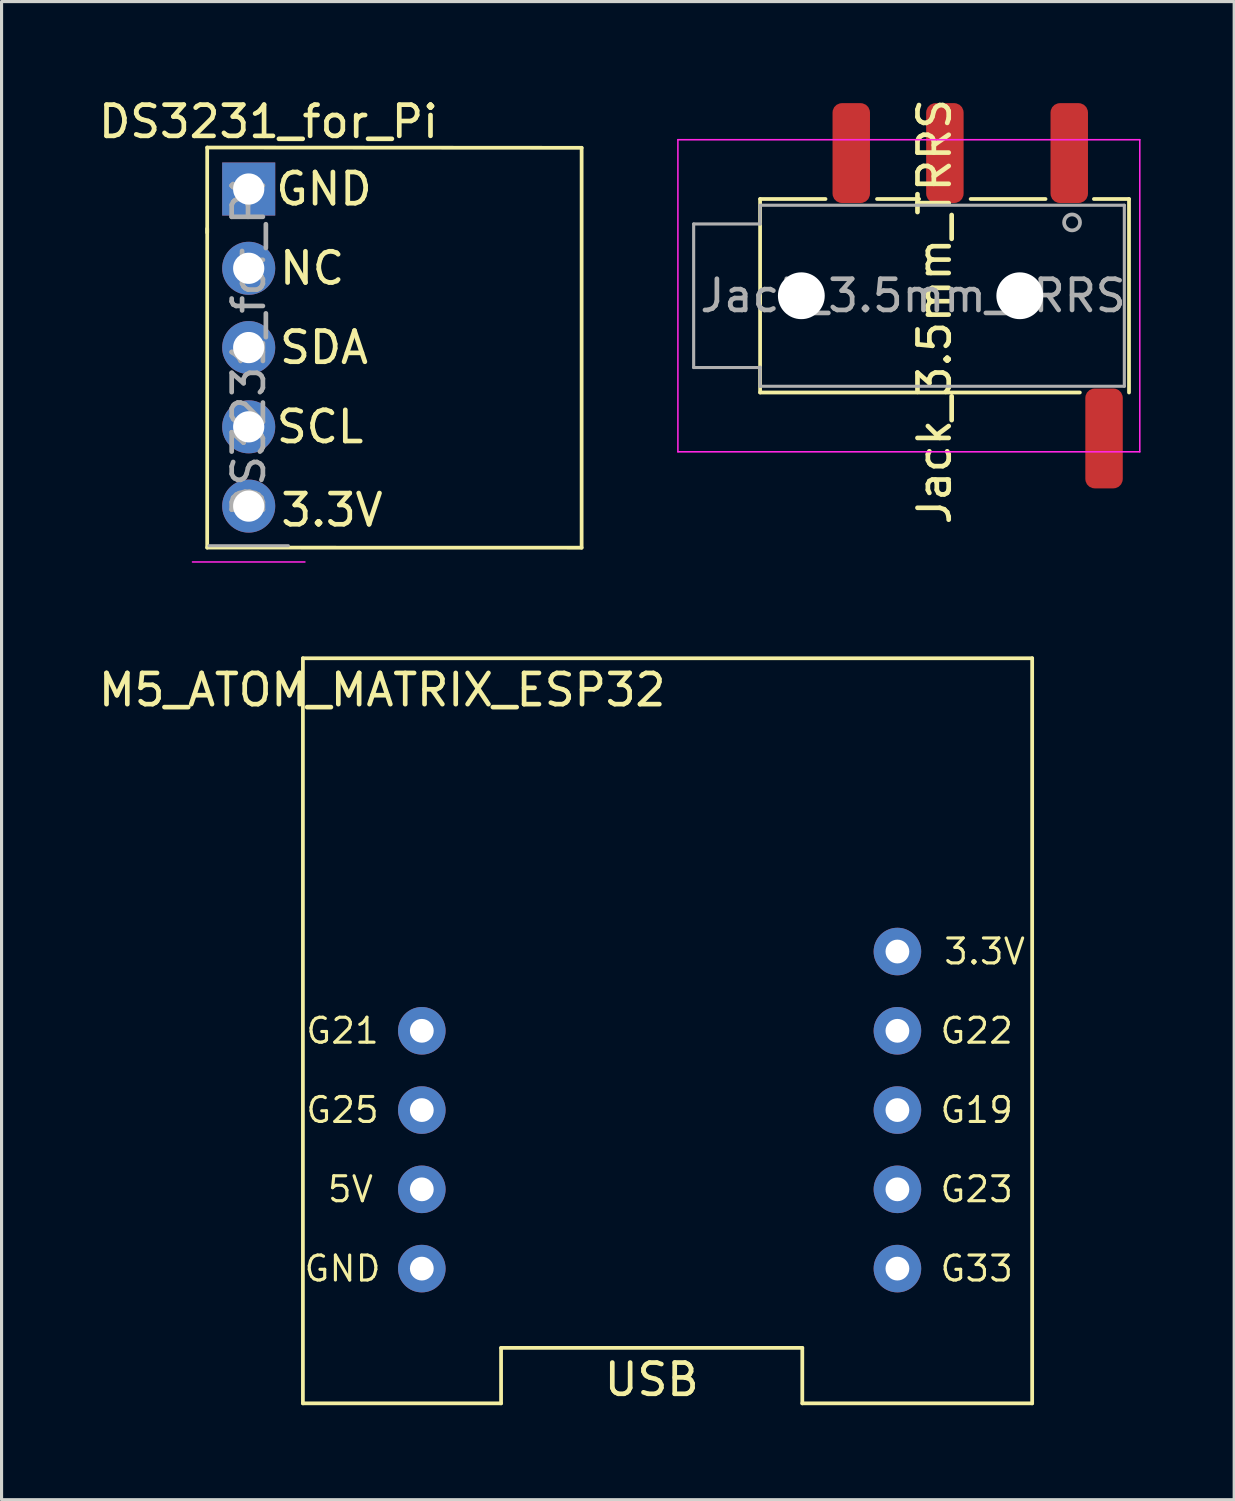
<source format=kicad_pcb>
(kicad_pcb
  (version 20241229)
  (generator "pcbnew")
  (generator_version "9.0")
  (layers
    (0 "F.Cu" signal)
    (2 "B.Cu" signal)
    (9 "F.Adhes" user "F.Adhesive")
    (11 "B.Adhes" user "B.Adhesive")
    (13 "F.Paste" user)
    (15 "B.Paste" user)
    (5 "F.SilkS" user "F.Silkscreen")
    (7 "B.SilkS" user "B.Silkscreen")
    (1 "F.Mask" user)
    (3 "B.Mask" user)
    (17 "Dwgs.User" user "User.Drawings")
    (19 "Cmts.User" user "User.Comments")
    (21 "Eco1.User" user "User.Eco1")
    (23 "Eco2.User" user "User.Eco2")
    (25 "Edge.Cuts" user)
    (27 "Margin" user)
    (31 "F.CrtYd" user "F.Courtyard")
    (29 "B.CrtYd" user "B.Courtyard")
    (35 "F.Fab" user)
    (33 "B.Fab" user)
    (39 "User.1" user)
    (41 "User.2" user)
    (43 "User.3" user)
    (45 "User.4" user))
  (footprint "M5_ATOM_MATRIX_ESP32"
    (layer "F.Cu")
    (at 15.546 37.6)
    (property "Reference" "M5_ATOM_MATRIX_ESP32" (at -6.35 -18.542 0) (layer "F.SilkS") (effects (font (size 1 1) (thickness 0.15))))
    (attr through_hole)
    (fp_line (start -8.89 -19.558) (end 14.478 -19.558) (stroke (width 0.12) (type solid)) (layer "F.SilkS"))
    (fp_line (start -8.89 4.318) (end -8.89 -19.558) (stroke (width 0.12) (type solid)) (layer "F.SilkS"))
    (fp_line (start -2.54 2.54) (end -2.54 4.318) (stroke (width 0.12) (type solid)) (layer "F.SilkS"))
    (fp_line (start -2.54 4.318) (end -8.89 4.318) (stroke (width 0.12) (type solid)) (layer "F.SilkS"))
    (fp_line (start 7.112 2.54) (end -2.54 2.54) (stroke (width 0.12) (type solid)) (layer "F.SilkS"))
    (fp_line (start 7.112 4.318) (end 7.112 2.54) (stroke (width 0.12) (type solid)) (layer "F.SilkS"))
    (fp_line (start 14.478 -19.558) (end 14.478 4.318) (stroke (width 0.12) (type solid)) (layer "F.SilkS"))
    (fp_line (start 14.478 4.318) (end 7.112 4.318) (stroke (width 0.12) (type solid)) (layer "F.SilkS"))
    (fp_text user "G22" (at 12.7 -7.62 0) (layer "F.SilkS") (effects (font (size 0.8 0.8) (thickness 0.1))))
    (fp_text user "G21" (at -7.62 -7.62 0) (layer "F.SilkS") (effects (font (size 0.8 0.8) (thickness 0.1))))
    (fp_text user "GND" (at -7.62 0 0) (layer "F.SilkS") (effects (font (size 0.8 0.8) (thickness 0.1))))
    (fp_text user "G25" (at -7.62 -5.08 0) (layer "F.SilkS") (effects (font (size 0.8 0.8) (thickness 0.1))))
    (fp_text user "5V" (at -7.366 -2.54 0) (layer "F.SilkS") (effects (font (size 0.8 0.8) (thickness 0.1))))
    (fp_text user "3.3V" (at 12.954 -10.16 0) (layer "F.SilkS") (effects (font (size 0.8 0.8) (thickness 0.1))))
    (fp_text user "G23" (at 12.7 -2.54 0) (layer "F.SilkS") (effects (font (size 0.8 0.8) (thickness 0.1))))
    (fp_text user "G19" (at 12.7 -5.08 0) (layer "F.SilkS") (effects (font (size 0.8 0.8) (thickness 0.1))))
    (fp_text user "USB" (at 2.286 3.556 0) (layer "F.SilkS") (effects (font (size 1 1) (thickness 0.15))))
    (fp_text user "G33" (at 12.7 0 0) (layer "F.SilkS") (effects (font (size 0.8 0.8) (thickness 0.1))))
    (pad "1" thru_hole circle (at -5.08 -7.62) (size 1.524 1.524) (drill 0.762) (layers "*.Cu" "*.Mask"))
    (pad "2" thru_hole circle (at -5.08 -5.08) (size 1.524 1.524) (drill 0.762) (layers "*.Cu" "*.Mask"))
    (pad "3" thru_hole circle (at -5.08 -2.54) (size 1.524 1.524) (drill 0.762) (layers "*.Cu" "*.Mask"))
    (pad "4" thru_hole circle (at -5.08 0) (size 1.524 1.524) (drill 0.762) (layers "*.Cu" "*.Mask"))
    (pad "5" thru_hole circle (at 10.16 -10.16) (size 1.524 1.524) (drill 0.762) (layers "*.Cu" "*.Mask"))
    (pad "6" thru_hole circle (at 10.16 -7.62) (size 1.524 1.524) (drill 0.762) (layers "*.Cu" "*.Mask"))
    (pad "7" thru_hole circle (at 10.16 -5.08) (size 1.524 1.524) (drill 0.762) (layers "*.Cu" "*.Mask"))
    (pad "8" thru_hole circle (at 10.16 -2.54) (size 1.524 1.524) (drill 0.762) (layers "*.Cu" "*.Mask"))
    (pad "9" thru_hole circle (at 10.16 0) (size 1.524 1.524) (drill 0.762) (layers "*.Cu" "*.Mask")))
  (footprint "DS3231_for_Pi"
    (layer "F.Cu")
    (at 4.919 3.007)
    (property "Reference" "DS3231_for_Pi" (at 0.635 -2.159 0) (layer "F.SilkS") (effects (font (size 1 1) (thickness 0.15))))
    (attr through_hole)
    (fp_line (start -1.33 -1.33) (end 10.668 -1.321) (stroke (width 0.12) (type solid)) (layer "F.SilkS"))
    (fp_line (start -1.33 1.27) (end -1.33 11.49) (stroke (width 0.12) (type solid)) (layer "F.SilkS"))
    (fp_line (start -1.33 1.397) (end -1.33 -1.33) (stroke (width 0.12) (type solid)) (layer "F.SilkS"))
    (fp_line (start -1.33 11.49) (end 10.668 11.493) (stroke (width 0.12) (type solid)) (layer "F.SilkS"))
    (fp_line (start 10.668 -1.321) (end 10.668 11.493) (stroke (width 0.12) (type solid)) (layer "F.SilkS"))
    (fp_line (start -1.8 11.95) (end 1.8 11.95) (stroke (width 0.05) (type solid)) (layer "F.CrtYd"))
    (fp_line (start 1.27 11.43) (end -1.27 11.43) (stroke (width 0.1) (type solid)) (layer "F.Fab"))
    (fp_text user "NC" (at 2.032 2.54 0) (layer "F.SilkS") (effects (font (size 1 1) (thickness 0.15))))
    (fp_text user "SCL" (at 2.286 7.62 0) (layer "F.SilkS") (effects (font (size 1 1) (thickness 0.15))))
    (fp_text user "3.3V" (at 2.667 10.287 0) (layer "F.SilkS") (effects (font (size 1 1) (thickness 0.15))))
    (fp_text user "GND" (at 2.413 0 0) (layer "F.SilkS") (effects (font (size 1 1) (thickness 0.15))))
    (fp_text user "SDA" (at 2.413 5.08 0) (layer "F.SilkS") (effects (font (size 1 1) (thickness 0.15))))
    (fp_text user "${REFERENCE}" (at 0 5.08 90) (layer "F.Fab") (effects (font (size 1 1) (thickness 0.15))))
    (pad "1" thru_hole rect (at 0 0) (size 1.7 1.7) (drill 1) (layers "*.Cu" "*.Mask"))
    (pad "2" thru_hole oval (at 0 2.54) (size 1.7 1.7) (drill 1) (layers "*.Cu" "*.Mask"))
    (pad "3" thru_hole oval (at 0 5.08) (size 1.7 1.7) (drill 1) (layers "*.Cu" "*.Mask"))
    (pad "4" thru_hole oval (at 0 7.62) (size 1.7 1.7) (drill 1) (layers "*.Cu" "*.Mask"))
    (pad "5" thru_hole oval (at 0 10.16) (size 1.7 1.7) (drill 1) (layers "*.Cu" "*.Mask")))
  (footprint "Jack_3.5mm_TRRS"
    (layer "F.Cu")
    (at 27.402 6.427)
    (property "Reference" "Jack_3.5mm_TRRS" (at -0.508 0.508 90) (layer "F.SilkS") (effects (font (size 1 1) (thickness 0.15))))
    (attr smd)
    (fp_line (start -6.096 -3.1) (end -6.096 3.1) (stroke (width 0.12) (type solid)) (layer "F.SilkS"))
    (fp_line (start -6.096 -3.1) (end -4 -3.1) (stroke (width 0.12) (type solid)) (layer "F.SilkS"))
    (fp_line (start -2.35 -3.1) (end -1 -3.1) (stroke (width 0.12) (type solid)) (layer "F.SilkS"))
    (fp_line (start 0.65 -3.1) (end 3.05 -3.1) (stroke (width 0.12) (type solid)) (layer "F.SilkS"))
    (fp_line (start 4.15 3.1) (end -6.096 3.1) (stroke (width 0.12) (type solid)) (layer "F.SilkS"))
    (fp_line (start 4.6 -3.1) (end 5.725 -3.1) (stroke (width 0.12) (type solid)) (layer "F.SilkS"))
    (fp_line (start 5.725 3.1) (end 5.725 -3.1) (stroke (width 0.12) (type solid)) (layer "F.SilkS"))
    (fp_line (start -8.73 -5) (end 6.07 -5) (stroke (width 0.05) (type solid)) (layer "F.CrtYd"))
    (fp_line (start -8.73 5) (end -8.73 -5) (stroke (width 0.05) (type solid)) (layer "F.CrtYd"))
    (fp_line (start -8.73 5) (end 6.07 5) (stroke (width 0.05) (type solid)) (layer "F.CrtYd"))
    (fp_line (start 6.07 5) (end 6.07 -5) (stroke (width 0.05) (type solid)) (layer "F.CrtYd"))
    (fp_line (start -8.225 -2.3) (end -6.096 -2.3) (stroke (width 0.1) (type solid)) (layer "F.Fab"))
    (fp_line (start -8.225 2.3) (end -8.225 -2.3) (stroke (width 0.1) (type solid)) (layer "F.Fab"))
    (fp_line (start -6.096 -2.9) (end 5.575 -2.9) (stroke (width 0.1) (type solid)) (layer "F.Fab"))
    (fp_line (start -6.096 -2.3) (end -6.096 -2.9) (stroke (width 0.1) (type solid)) (layer "F.Fab"))
    (fp_line (start -6.096 2.3) (end -8.225 2.3) (stroke (width 0.1) (type solid)) (layer "F.Fab"))
    (fp_line (start -6.096 2.9) (end -6.096 2.286) (stroke (width 0.1) (type solid)) (layer "F.Fab"))
    (fp_line (start 5.575 -2.9) (end 5.575 2.9) (stroke (width 0.1) (type solid)) (layer "F.Fab"))
    (fp_line (start 5.575 2.9) (end -6.096 2.9) (stroke (width 0.1) (type solid)) (layer "F.Fab"))
    (fp_circle (center 3.9 -2.35) (end 3.95 -2.1) (stroke (width 0.12) (type solid)) (fill no) (layer "F.Fab"))
    (fp_text user "${REFERENCE}" (at -1.195 0 0) (layer "F.Fab") (effects (font (size 1 1) (thickness 0.15))))
    (pad "" np_thru_hole circle (at -4.775 0) (size 1.5 1.5) (drill 1.5) (layers "*.Cu" "*.Mask"))
    (pad "" np_thru_hole circle (at 2.225 0) (size 1.5 1.5) (drill 1.5) (layers "*.Cu" "*.Mask"))
    (pad "R1" smd roundrect (at -0.175 -4.572) (size 1.2 3.2) (layers "F.Cu" "F.Mask" "F.Paste") (roundrect_rratio 0.25))
    (pad "R2" smd roundrect (at -3.175 -4.572) (size 1.2 3.2) (layers "F.Cu" "F.Mask" "F.Paste") (roundrect_rratio 0.25))
    (pad "S" smd roundrect (at 4.925 4.572) (size 1.2 3.2) (layers "F.Cu" "F.Mask" "F.Paste") (roundrect_rratio 0.25))
    (pad "T" smd roundrect (at 3.81 -4.572) (size 1.2 3.2) (layers "F.Cu" "F.Mask" "F.Paste") (roundrect_rratio 0.25)))
  (gr_rect
    (start -3 -3)
    (end 36.497 45.005)
    (stroke (width 0.1) (type default))
    (fill no)
    (layer "Edge.Cuts")))
</source>
